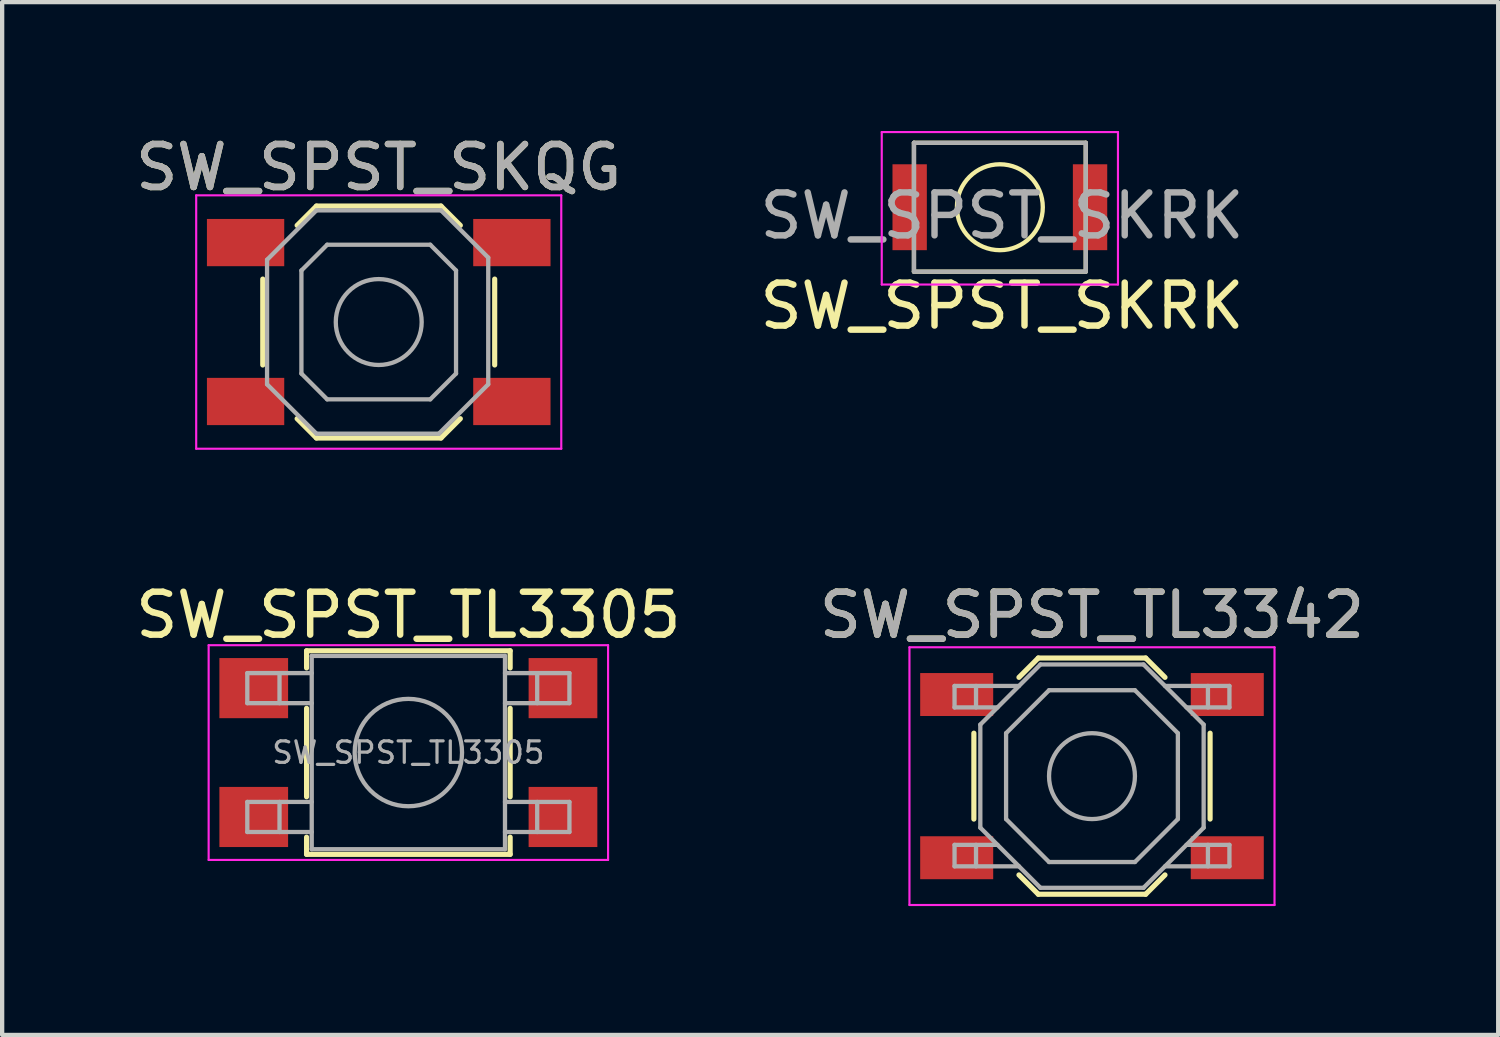
<source format=kicad_pcb>
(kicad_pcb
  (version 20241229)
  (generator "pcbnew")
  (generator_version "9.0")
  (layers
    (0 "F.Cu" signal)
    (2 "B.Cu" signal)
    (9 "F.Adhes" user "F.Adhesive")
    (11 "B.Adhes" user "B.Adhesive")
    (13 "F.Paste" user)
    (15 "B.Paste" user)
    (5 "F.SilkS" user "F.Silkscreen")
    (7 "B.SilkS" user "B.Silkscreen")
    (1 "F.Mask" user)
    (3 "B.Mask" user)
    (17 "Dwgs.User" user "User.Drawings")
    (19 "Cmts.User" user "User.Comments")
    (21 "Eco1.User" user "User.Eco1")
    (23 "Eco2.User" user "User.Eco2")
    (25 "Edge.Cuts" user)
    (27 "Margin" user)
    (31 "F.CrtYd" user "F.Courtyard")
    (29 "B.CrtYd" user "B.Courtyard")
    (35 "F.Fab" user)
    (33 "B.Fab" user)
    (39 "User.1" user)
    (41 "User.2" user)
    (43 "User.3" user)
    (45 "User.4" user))
  (footprint "SW_SPST_SKQG"
    (layer "F.Cu")
    (at 5.768 4.448)
    (property "Reference" "SW_SPST_SKQG" (at 0 -3.6 0) (layer "F.SilkS") (effects (font (size 1 1) (thickness 0.15))))
    (attr smd)
    (fp_line (start -2.7 1) (end -2.7 -1) (stroke (width 0.12) (type solid)) (layer "F.SilkS"))
    (fp_line (start -1.9 -2.25) (end -1.45 -2.7) (stroke (width 0.12) (type solid)) (layer "F.SilkS"))
    (fp_line (start -1.45 -2.7) (end 1.45 -2.7) (stroke (width 0.12) (type solid)) (layer "F.SilkS"))
    (fp_line (start -1.45 2.7) (end -1.9 2.25) (stroke (width 0.12) (type solid)) (layer "F.SilkS"))
    (fp_line (start 1.45 -2.7) (end 1.9 -2.25) (stroke (width 0.12) (type solid)) (layer "F.SilkS"))
    (fp_line (start 1.45 2.7) (end -1.45 2.7) (stroke (width 0.12) (type solid)) (layer "F.SilkS"))
    (fp_line (start 1.9 2.25) (end 1.45 2.7) (stroke (width 0.12) (type solid)) (layer "F.SilkS"))
    (fp_line (start 2.7 -1) (end 2.7 1) (stroke (width 0.12) (type solid)) (layer "F.SilkS"))
    (fp_line (start -4.25 -2.95) (end -4.25 2.95) (stroke (width 0.05) (type solid)) (layer "F.CrtYd"))
    (fp_line (start -4.25 2.95) (end 4.25 2.95) (stroke (width 0.05) (type solid)) (layer "F.CrtYd"))
    (fp_line (start 4.25 -2.95) (end -4.25 -2.95) (stroke (width 0.05) (type solid)) (layer "F.CrtYd"))
    (fp_line (start 4.25 2.95) (end 4.25 -2.95) (stroke (width 0.05) (type solid)) (layer "F.CrtYd"))
    (fp_line (start -2.6 -1.45) (end -1.45 -2.6) (stroke (width 0.1) (type solid)) (layer "F.Fab"))
    (fp_line (start -2.6 1.45) (end -2.6 -1.45) (stroke (width 0.1) (type solid)) (layer "F.Fab"))
    (fp_line (start -1.8 -1.2) (end -1.2 -1.8) (stroke (width 0.1) (type solid)) (layer "F.Fab"))
    (fp_line (start -1.8 1.2) (end -1.8 -1.2) (stroke (width 0.1) (type solid)) (layer "F.Fab"))
    (fp_line (start -1.45 -2.6) (end 1.45 -2.6) (stroke (width 0.1) (type solid)) (layer "F.Fab"))
    (fp_line (start -1.45 2.6) (end -2.6 1.45) (stroke (width 0.1) (type solid)) (layer "F.Fab"))
    (fp_line (start -1.2 -1.8) (end 1.2 -1.8) (stroke (width 0.1) (type solid)) (layer "F.Fab"))
    (fp_line (start -1.2 1.8) (end -1.8 1.2) (stroke (width 0.1) (type solid)) (layer "F.Fab"))
    (fp_line (start 1.2 -1.8) (end 1.8 -1.2) (stroke (width 0.1) (type solid)) (layer "F.Fab"))
    (fp_line (start 1.2 1.8) (end -1.2 1.8) (stroke (width 0.1) (type solid)) (layer "F.Fab"))
    (fp_line (start 1.4 2.6) (end -1.45 2.6) (stroke (width 0.1) (type solid)) (layer "F.Fab"))
    (fp_line (start 1.45 -2.6) (end 2.55 -1.5) (stroke (width 0.1) (type solid)) (layer "F.Fab"))
    (fp_line (start 1.8 -1.2) (end 1.8 1.2) (stroke (width 0.1) (type solid)) (layer "F.Fab"))
    (fp_line (start 1.8 1.2) (end 1.2 1.8) (stroke (width 0.1) (type solid)) (layer "F.Fab"))
    (fp_line (start 2.55 -1.5) (end 2.55 1.45) (stroke (width 0.1) (type solid)) (layer "F.Fab"))
    (fp_line (start 2.55 1.45) (end 1.4 2.6) (stroke (width 0.1) (type solid)) (layer "F.Fab"))
    (fp_circle (center 0 0) (end 1 0) (stroke (width 0.1) (type solid)) (fill no) (layer "F.Fab"))
    (fp_text user "${REFERENCE}" (at 0 -3.6 0) (layer "F.Fab") (effects (font (size 1 1) (thickness 0.15))))
    (pad "1" smd rect (at -3.1 -1.85) (size 1.8 1.1) (layers "F.Cu" "F.Mask" "F.Paste"))
    (pad "1" smd rect (at 3.1 -1.85) (size 1.8 1.1) (layers "F.Cu" "F.Mask" "F.Paste"))
    (pad "2" smd rect (at -3.1 1.85) (size 1.8 1.1) (layers "F.Cu" "F.Mask" "F.Paste"))
    (pad "2" smd rect (at 3.1 1.85) (size 1.8 1.1) (layers "F.Cu" "F.Mask" "F.Paste")))
  (footprint "SW_SPST_TL3342"
    (layer "F.Cu")
    (at 22.375 15.021)
    (property "Reference" "SW_SPST_TL3342" (at 0 -3.75 0) (layer "F.SilkS") (effects (font (size 1 1) (thickness 0.15))))
    (attr smd)
    (fp_line (start -2.75 -1) (end -2.75 1) (stroke (width 0.12) (type solid)) (layer "F.SilkS"))
    (fp_line (start -1.7 -2.3) (end -1.25 -2.75) (stroke (width 0.12) (type solid)) (layer "F.SilkS"))
    (fp_line (start -1.7 2.3) (end -1.25 2.75) (stroke (width 0.12) (type solid)) (layer "F.SilkS"))
    (fp_line (start -1.25 -2.75) (end 1.25 -2.75) (stroke (width 0.12) (type solid)) (layer "F.SilkS"))
    (fp_line (start -1.25 2.75) (end 1.25 2.75) (stroke (width 0.12) (type solid)) (layer "F.SilkS"))
    (fp_line (start 1.7 -2.3) (end 1.25 -2.75) (stroke (width 0.12) (type solid)) (layer "F.SilkS"))
    (fp_line (start 1.7 2.3) (end 1.25 2.75) (stroke (width 0.12) (type solid)) (layer "F.SilkS"))
    (fp_line (start 2.75 -1) (end 2.75 1) (stroke (width 0.12) (type solid)) (layer "F.SilkS"))
    (fp_line (start -4.25 -3) (end 4.25 -3) (stroke (width 0.05) (type solid)) (layer "F.CrtYd"))
    (fp_line (start -4.25 3) (end -4.25 -3) (stroke (width 0.05) (type solid)) (layer "F.CrtYd"))
    (fp_line (start 4.25 -3) (end 4.25 3) (stroke (width 0.05) (type solid)) (layer "F.CrtYd"))
    (fp_line (start 4.25 3) (end -4.25 3) (stroke (width 0.05) (type solid)) (layer "F.CrtYd"))
    (fp_line (start -3.2 -2.1) (end -3.2 -1.6) (stroke (width 0.1) (type solid)) (layer "F.Fab"))
    (fp_line (start -3.2 -1.6) (end -2.2 -1.6) (stroke (width 0.1) (type solid)) (layer "F.Fab"))
    (fp_line (start -3.2 1.6) (end -2.2 1.6) (stroke (width 0.1) (type solid)) (layer "F.Fab"))
    (fp_line (start -3.2 2.1) (end -3.2 1.6) (stroke (width 0.1) (type solid)) (layer "F.Fab"))
    (fp_line (start -2.7 -2.1) (end -2.7 -1.6) (stroke (width 0.1) (type solid)) (layer "F.Fab"))
    (fp_line (start -2.7 2.1) (end -2.7 1.6) (stroke (width 0.1) (type solid)) (layer "F.Fab"))
    (fp_line (start -2.6 -1.2) (end -2.6 1.2) (stroke (width 0.1) (type solid)) (layer "F.Fab"))
    (fp_line (start -2.6 1.2) (end -1.2 2.6) (stroke (width 0.1) (type solid)) (layer "F.Fab"))
    (fp_line (start -2 -1) (end -1 -2) (stroke (width 0.1) (type solid)) (layer "F.Fab"))
    (fp_line (start -2 1) (end -2 -1) (stroke (width 0.1) (type solid)) (layer "F.Fab"))
    (fp_line (start -1.7 -2.1) (end -3.2 -2.1) (stroke (width 0.1) (type solid)) (layer "F.Fab"))
    (fp_line (start -1.7 2.1) (end -3.2 2.1) (stroke (width 0.1) (type solid)) (layer "F.Fab"))
    (fp_line (start -1.2 -2.6) (end -2.6 -1.2) (stroke (width 0.1) (type solid)) (layer "F.Fab"))
    (fp_line (start -1.2 2.6) (end 1.2 2.6) (stroke (width 0.1) (type solid)) (layer "F.Fab"))
    (fp_line (start -1 -2) (end 1 -2) (stroke (width 0.1) (type solid)) (layer "F.Fab"))
    (fp_line (start -1 2) (end -2 1) (stroke (width 0.1) (type solid)) (layer "F.Fab"))
    (fp_line (start 1 -2) (end 2 -1) (stroke (width 0.1) (type solid)) (layer "F.Fab"))
    (fp_line (start 1 2) (end -1 2) (stroke (width 0.1) (type solid)) (layer "F.Fab"))
    (fp_line (start 1.2 -2.6) (end -1.2 -2.6) (stroke (width 0.1) (type solid)) (layer "F.Fab"))
    (fp_line (start 1.2 2.6) (end 2.6 1.2) (stroke (width 0.1) (type solid)) (layer "F.Fab"))
    (fp_line (start 1.7 -2.1) (end 3.2 -2.1) (stroke (width 0.1) (type solid)) (layer "F.Fab"))
    (fp_line (start 1.7 2.1) (end 3.2 2.1) (stroke (width 0.1) (type solid)) (layer "F.Fab"))
    (fp_line (start 2 -1) (end 2 1) (stroke (width 0.1) (type solid)) (layer "F.Fab"))
    (fp_line (start 2 1) (end 1 2) (stroke (width 0.1) (type solid)) (layer "F.Fab"))
    (fp_line (start 2.6 -1.2) (end 1.2 -2.6) (stroke (width 0.1) (type solid)) (layer "F.Fab"))
    (fp_line (start 2.6 1.2) (end 2.6 -1.2) (stroke (width 0.1) (type solid)) (layer "F.Fab"))
    (fp_line (start 2.7 -2.1) (end 2.7 -1.6) (stroke (width 0.1) (type solid)) (layer "F.Fab"))
    (fp_line (start 2.7 2.1) (end 2.7 1.6) (stroke (width 0.1) (type solid)) (layer "F.Fab"))
    (fp_line (start 3.2 -2.1) (end 3.2 -1.6) (stroke (width 0.1) (type solid)) (layer "F.Fab"))
    (fp_line (start 3.2 -1.6) (end 2.2 -1.6) (stroke (width 0.1) (type solid)) (layer "F.Fab"))
    (fp_line (start 3.2 1.6) (end 2.2 1.6) (stroke (width 0.1) (type solid)) (layer "F.Fab"))
    (fp_line (start 3.2 2.1) (end 3.2 1.6) (stroke (width 0.1) (type solid)) (layer "F.Fab"))
    (fp_circle (center 0 0) (end 1 0) (stroke (width 0.1) (type solid)) (fill no) (layer "F.Fab"))
    (fp_text user "${REFERENCE}" (at 0 -3.75 0) (layer "F.Fab") (effects (font (size 1 1) (thickness 0.15))))
    (pad "1" smd rect (at -3.15 -1.9) (size 1.7 1) (layers "F.Cu" "F.Mask" "F.Paste"))
    (pad "1" smd rect (at 3.15 -1.9) (size 1.7 1) (layers "F.Cu" "F.Mask" "F.Paste"))
    (pad "2" smd rect (at -3.15 1.9) (size 1.7 1) (layers "F.Cu" "F.Mask" "F.Paste"))
    (pad "2" smd rect (at 3.15 1.9) (size 1.7 1) (layers "F.Cu" "F.Mask" "F.Paste")))
  (footprint "SW_SPST_TL3305"
    (layer "F.Cu")
    (at 6.458 14.472)
    (property "Reference" "SW_SPST_TL3305" (at 0 -3.2 0) (layer "F.SilkS") (effects (font (size 1 1) (thickness 0.15))))
    (attr smd)
    (fp_line (start -2.37 -2.37) (end -2.37 -1.97) (stroke (width 0.12) (type solid)) (layer "F.SilkS"))
    (fp_line (start -2.37 -2.37) (end 2.37 -2.37) (stroke (width 0.12) (type solid)) (layer "F.SilkS"))
    (fp_line (start -2.37 1.03) (end -2.37 -1.03) (stroke (width 0.12) (type solid)) (layer "F.SilkS"))
    (fp_line (start -2.37 2.37) (end -2.37 1.97) (stroke (width 0.12) (type solid)) (layer "F.SilkS"))
    (fp_line (start -2.37 2.37) (end 2.37 2.37) (stroke (width 0.12) (type solid)) (layer "F.SilkS"))
    (fp_line (start 2.37 -2.37) (end 2.37 -1.97) (stroke (width 0.12) (type solid)) (layer "F.SilkS"))
    (fp_line (start 2.37 1.03) (end 2.37 -1.03) (stroke (width 0.12) (type solid)) (layer "F.SilkS"))
    (fp_line (start 2.37 2.37) (end 2.37 1.97) (stroke (width 0.12) (type solid)) (layer "F.SilkS"))
    (fp_line (start -4.65 -2.5) (end 4.65 -2.5) (stroke (width 0.05) (type solid)) (layer "F.CrtYd"))
    (fp_line (start -4.65 2.5) (end -4.65 -2.5) (stroke (width 0.05) (type solid)) (layer "F.CrtYd"))
    (fp_line (start 4.65 -2.5) (end 4.65 2.5) (stroke (width 0.05) (type solid)) (layer "F.CrtYd"))
    (fp_line (start 4.65 2.5) (end -4.65 2.5) (stroke (width 0.05) (type solid)) (layer "F.CrtYd"))
    (fp_line (start -3.75 -1.85) (end -3.75 -1.15) (stroke (width 0.1) (type solid)) (layer "F.Fab"))
    (fp_line (start -3.75 -1.15) (end -2.25 -1.15) (stroke (width 0.1) (type solid)) (layer "F.Fab"))
    (fp_line (start -3.75 1.15) (end -3.75 1.85) (stroke (width 0.1) (type solid)) (layer "F.Fab"))
    (fp_line (start -3.75 1.85) (end -2.25 1.85) (stroke (width 0.1) (type solid)) (layer "F.Fab"))
    (fp_line (start -3 -1.85) (end -3 -1.15) (stroke (width 0.1) (type solid)) (layer "F.Fab"))
    (fp_line (start -3 1.15) (end -3 1.85) (stroke (width 0.1) (type solid)) (layer "F.Fab"))
    (fp_line (start -2.25 -2.25) (end 2.25 -2.25) (stroke (width 0.1) (type solid)) (layer "F.Fab"))
    (fp_line (start -2.25 -1.85) (end -3.75 -1.85) (stroke (width 0.1) (type solid)) (layer "F.Fab"))
    (fp_line (start -2.25 1.15) (end -3.75 1.15) (stroke (width 0.1) (type solid)) (layer "F.Fab"))
    (fp_line (start -2.25 2.25) (end -2.25 -2.25) (stroke (width 0.1) (type solid)) (layer "F.Fab"))
    (fp_line (start 2.25 -2.25) (end 2.25 2.25) (stroke (width 0.1) (type solid)) (layer "F.Fab"))
    (fp_line (start 2.25 -1.15) (end 3.75 -1.15) (stroke (width 0.1) (type solid)) (layer "F.Fab"))
    (fp_line (start 2.25 1.15) (end 3.75 1.15) (stroke (width 0.1) (type solid)) (layer "F.Fab"))
    (fp_line (start 2.25 2.25) (end -2.25 2.25) (stroke (width 0.1) (type solid)) (layer "F.Fab"))
    (fp_line (start 3 -1.85) (end 3 -1.15) (stroke (width 0.1) (type solid)) (layer "F.Fab"))
    (fp_line (start 3 1.15) (end 3 1.85) (stroke (width 0.1) (type solid)) (layer "F.Fab"))
    (fp_line (start 3.75 -1.85) (end 2.25 -1.85) (stroke (width 0.1) (type solid)) (layer "F.Fab"))
    (fp_line (start 3.75 -1.15) (end 3.75 -1.85) (stroke (width 0.1) (type solid)) (layer "F.Fab"))
    (fp_line (start 3.75 1.15) (end 3.75 1.85) (stroke (width 0.1) (type solid)) (layer "F.Fab"))
    (fp_line (start 3.75 1.85) (end 2.25 1.85) (stroke (width 0.1) (type solid)) (layer "F.Fab"))
    (fp_circle (center 0 0) (end 1.25 0) (stroke (width 0.1) (type solid)) (fill no) (layer "F.Fab"))
    (fp_text user "${REFERENCE}" (at 0 0 0) (layer "F.Fab") (effects (font (size 0.5 0.5) (thickness 0.075))))
    (pad "1" smd rect (at -3.6 -1.5) (size 1.6 1.4) (layers "F.Cu" "F.Mask" "F.Paste"))
    (pad "1" smd rect (at 3.6 -1.5) (size 1.6 1.4) (layers "F.Cu" "F.Mask" "F.Paste"))
    (pad "2" smd rect (at -3.6 1.5) (size 1.6 1.4) (layers "F.Cu" "F.Mask" "F.Paste"))
    (pad "2" smd rect (at 3.6 1.5) (size 1.6 1.4) (layers "F.Cu" "F.Mask" "F.Paste")))
  (footprint "SW_SPST_SKRK"
    (layer "F.Cu")
    (at 20.23 1.775)
    (property "Reference" "SW_SPST_SKRK" (at 0.05 2.3 0) (layer "F.SilkS") (effects (font (size 1 1) (thickness 0.15))))
    (attr smd)
    (fp_line (start -2 -1.5) (end 2 -1.5) (stroke (width 0.1) (type solid)) (layer "F.SilkS"))
    (fp_line (start -2 1.5) (end -2 -1.5) (stroke (width 0.1) (type solid)) (layer "F.SilkS"))
    (fp_line (start 2 -1.5) (end 2 1.5) (stroke (width 0.1) (type solid)) (layer "F.SilkS"))
    (fp_line (start 2 1.5) (end -2 1.5) (stroke (width 0.1) (type solid)) (layer "F.SilkS"))
    (fp_circle (center 0 0) (end 0 1) (stroke (width 0.1) (type solid)) (fill no) (layer "F.SilkS"))
    (fp_line (start -2.75 -1.75) (end 2.75 -1.75) (stroke (width 0.05) (type solid)) (layer "F.CrtYd"))
    (fp_line (start -2.75 1.8) (end -2.75 -1.75) (stroke (width 0.05) (type solid)) (layer "F.CrtYd"))
    (fp_line (start 2.75 -1.75) (end 2.75 1.8) (stroke (width 0.05) (type solid)) (layer "F.CrtYd"))
    (fp_line (start 2.75 1.8) (end -2.75 1.8) (stroke (width 0.05) (type solid)) (layer "F.CrtYd"))
    (fp_line (start -2 -1.5) (end 2 -1.5) (stroke (width 0.1) (type solid)) (layer "F.Fab"))
    (fp_line (start -2 1.5) (end -2 -1.5) (stroke (width 0.1) (type solid)) (layer "F.Fab"))
    (fp_line (start 2 -1.5) (end 2 1.5) (stroke (width 0.1) (type solid)) (layer "F.Fab"))
    (fp_line (start 2 1.5) (end -2 1.5) (stroke (width 0.1) (type solid)) (layer "F.Fab"))
    (fp_text user "${REFERENCE}" (at 0.05 0.2 0) (layer "F.Fab") (effects (font (size 1 1) (thickness 0.15))))
    (pad "1" smd rect (at -2.1 0) (size 0.8 2) (layers "F.Cu" "F.Mask" "F.Paste"))
    (pad "2" smd rect (at 2.1 0) (size 0.8 2) (layers "F.Cu" "F.Mask" "F.Paste")))
  (gr_rect
    (start -3 -3)
    (end 31.833 21.047)
    (stroke (width 0.1) (type default))
    (fill no)
    (layer "Edge.Cuts")))
</source>
